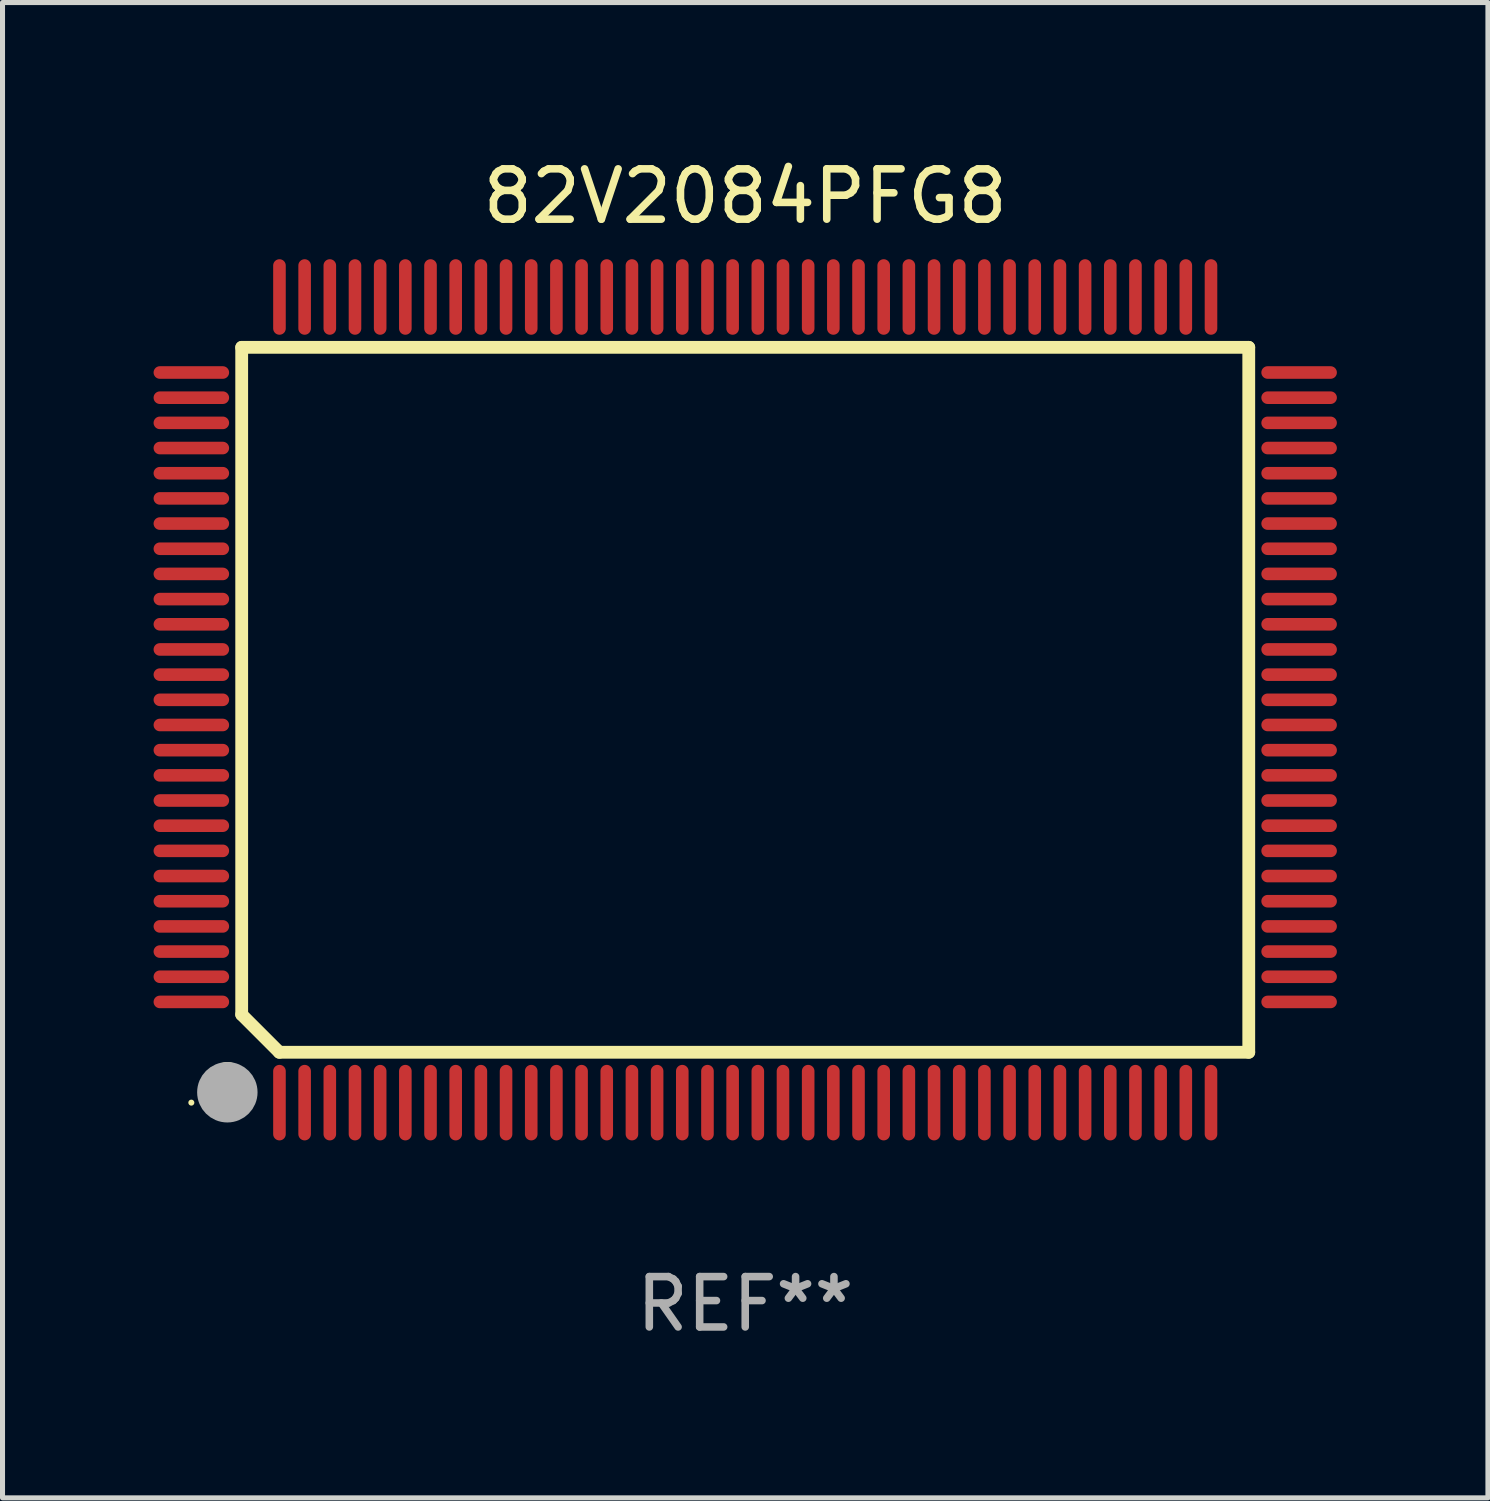
<source format=kicad_pcb>
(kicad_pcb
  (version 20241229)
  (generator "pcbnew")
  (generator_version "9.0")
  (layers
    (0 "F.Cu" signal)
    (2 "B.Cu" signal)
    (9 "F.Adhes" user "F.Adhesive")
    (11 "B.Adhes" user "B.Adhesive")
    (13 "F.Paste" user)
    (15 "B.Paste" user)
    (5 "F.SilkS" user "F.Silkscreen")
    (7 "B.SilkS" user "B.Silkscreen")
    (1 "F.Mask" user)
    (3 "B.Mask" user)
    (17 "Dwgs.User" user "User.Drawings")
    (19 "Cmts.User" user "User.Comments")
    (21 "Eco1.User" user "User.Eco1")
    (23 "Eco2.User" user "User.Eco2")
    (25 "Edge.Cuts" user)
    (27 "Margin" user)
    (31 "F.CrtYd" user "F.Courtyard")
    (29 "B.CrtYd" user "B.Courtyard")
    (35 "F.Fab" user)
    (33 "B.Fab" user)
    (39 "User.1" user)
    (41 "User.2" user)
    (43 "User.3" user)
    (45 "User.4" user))
  (footprint "82V2084PFG8"
    (layer "F.Cu")
    (at 11.75 10.848)
    (property "Reference" "82V2084PFG8" (at 0 -10 0) (layer "F.SilkS") (effects (font (size 1 1) (thickness 0.15))))
    (attr through_hole)
    (fp_line (start -10 -7) (end -10 6.25) (stroke (width 0.254) (type solid)) (layer "F.SilkS"))
    (fp_line (start -10 -7) (end 10 -7) (stroke (width 0.254) (type solid)) (layer "F.SilkS"))
    (fp_line (start -9.252 7) (end -10 6.252) (stroke (width 0.254) (type solid)) (layer "F.SilkS"))
    (fp_line (start 10 -7) (end 10 7) (stroke (width 0.254) (type solid)) (layer "F.SilkS"))
    (fp_line (start 10 7) (end -9.252 7) (stroke (width 0.254) (type solid)) (layer "F.SilkS"))
    (fp_arc (start -10.287021 7.493015) (mid -10.284481 7.493004) (end -10.281941 7.493015) (stroke (width 0.6) (type solid)) (layer "F.SilkS"))
    (fp_circle (center -11 8) (end -10.97 8) (stroke (width 0.06) (type solid)) (fill no) (layer "F.SilkS"))
    (fp_circle (center -10.285 7.794) (end -9.985 7.794) (stroke (width 0.6) (type solid)) (fill no) (layer "F.Fab"))
    (fp_text user "REF**" (at 0 12 0) (layer "F.Fab") (effects (font (size 1 1) (thickness 0.15))))
    (pad "1" smd oval (at -9.25 8) (size 0.25 1.5) (layers "F.Cu" "F.Mask" "F.Paste"))
    (pad "2" smd oval (at -8.75 8) (size 0.25 1.5) (layers "F.Cu" "F.Mask" "F.Paste"))
    (pad "3" smd oval (at -8.25 8) (size 0.25 1.5) (layers "F.Cu" "F.Mask" "F.Paste"))
    (pad "4" smd oval (at -7.75 8) (size 0.25 1.5) (layers "F.Cu" "F.Mask" "F.Paste"))
    (pad "5" smd oval (at -7.25 8) (size 0.25 1.5) (layers "F.Cu" "F.Mask" "F.Paste"))
    (pad "6" smd oval (at -6.75 8) (size 0.25 1.5) (layers "F.Cu" "F.Mask" "F.Paste"))
    (pad "7" smd oval (at -6.25 8) (size 0.25 1.5) (layers "F.Cu" "F.Mask" "F.Paste"))
    (pad "8" smd oval (at -5.75 8) (size 0.25 1.5) (layers "F.Cu" "F.Mask" "F.Paste"))
    (pad "9" smd oval (at -5.25 8) (size 0.25 1.5) (layers "F.Cu" "F.Mask" "F.Paste"))
    (pad "10" smd oval (at -4.75 8) (size 0.25 1.5) (layers "F.Cu" "F.Mask" "F.Paste"))
    (pad "11" smd oval (at -4.25 8) (size 0.25 1.5) (layers "F.Cu" "F.Mask" "F.Paste"))
    (pad "12" smd oval (at -3.75 8) (size 0.25 1.5) (layers "F.Cu" "F.Mask" "F.Paste"))
    (pad "13" smd oval (at -3.25 8) (size 0.25 1.5) (layers "F.Cu" "F.Mask" "F.Paste"))
    (pad "14" smd oval (at -2.75 8) (size 0.25 1.5) (layers "F.Cu" "F.Mask" "F.Paste"))
    (pad "15" smd oval (at -2.25 8) (size 0.25 1.5) (layers "F.Cu" "F.Mask" "F.Paste"))
    (pad "16" smd oval (at -1.75 8) (size 0.25 1.5) (layers "F.Cu" "F.Mask" "F.Paste"))
    (pad "17" smd oval (at -1.25 8) (size 0.25 1.5) (layers "F.Cu" "F.Mask" "F.Paste"))
    (pad "18" smd oval (at -0.75 8) (size 0.25 1.5) (layers "F.Cu" "F.Mask" "F.Paste"))
    (pad "19" smd oval (at -0.25 8) (size 0.25 1.5) (layers "F.Cu" "F.Mask" "F.Paste"))
    (pad "20" smd oval (at 0.25 8) (size 0.25 1.5) (layers "F.Cu" "F.Mask" "F.Paste"))
    (pad "21" smd oval (at 0.75 8) (size 0.25 1.5) (layers "F.Cu" "F.Mask" "F.Paste"))
    (pad "22" smd oval (at 1.25 8) (size 0.25 1.5) (layers "F.Cu" "F.Mask" "F.Paste"))
    (pad "23" smd oval (at 1.75 8) (size 0.25 1.5) (layers "F.Cu" "F.Mask" "F.Paste"))
    (pad "24" smd oval (at 2.25 8) (size 0.25 1.5) (layers "F.Cu" "F.Mask" "F.Paste"))
    (pad "25" smd oval (at 2.75 8) (size 0.25 1.5) (layers "F.Cu" "F.Mask" "F.Paste"))
    (pad "26" smd oval (at 3.25 8) (size 0.25 1.5) (layers "F.Cu" "F.Mask" "F.Paste"))
    (pad "27" smd oval (at 3.75 8) (size 0.25 1.5) (layers "F.Cu" "F.Mask" "F.Paste"))
    (pad "28" smd oval (at 4.25 8) (size 0.25 1.5) (layers "F.Cu" "F.Mask" "F.Paste"))
    (pad "29" smd oval (at 4.75 8) (size 0.25 1.5) (layers "F.Cu" "F.Mask" "F.Paste"))
    (pad "30" smd oval (at 5.25 8) (size 0.25 1.5) (layers "F.Cu" "F.Mask" "F.Paste"))
    (pad "31" smd oval (at 5.75 8) (size 0.25 1.5) (layers "F.Cu" "F.Mask" "F.Paste"))
    (pad "32" smd oval (at 6.25 8) (size 0.25 1.5) (layers "F.Cu" "F.Mask" "F.Paste"))
    (pad "33" smd oval (at 6.75 8 180) (size 0.25 1.5) (layers "F.Cu" "F.Mask" "F.Paste"))
    (pad "34" smd oval (at 7.25 8 180) (size 0.25 1.5) (layers "F.Cu" "F.Mask" "F.Paste"))
    (pad "35" smd oval (at 7.75 8 180) (size 0.25 1.5) (layers "F.Cu" "F.Mask" "F.Paste"))
    (pad "36" smd oval (at 8.25 8 180) (size 0.25 1.5) (layers "F.Cu" "F.Mask" "F.Paste"))
    (pad "37" smd oval (at 8.75 8 180) (size 0.25 1.5) (layers "F.Cu" "F.Mask" "F.Paste"))
    (pad "38" smd oval (at 9.25 8 180) (size 0.25 1.5) (layers "F.Cu" "F.Mask" "F.Paste"))
    (pad "39" smd oval (at 11 6 270) (size 0.25 1.5) (layers "F.Cu" "F.Mask" "F.Paste"))
    (pad "40" smd oval (at 11 5.5 270) (size 0.25 1.5) (layers "F.Cu" "F.Mask" "F.Paste"))
    (pad "41" smd oval (at 11 5 270) (size 0.25 1.5) (layers "F.Cu" "F.Mask" "F.Paste"))
    (pad "42" smd oval (at 11 4.5 270) (size 0.25 1.5) (layers "F.Cu" "F.Mask" "F.Paste"))
    (pad "43" smd oval (at 11 4 270) (size 0.25 1.5) (layers "F.Cu" "F.Mask" "F.Paste"))
    (pad "44" smd oval (at 11 3.5 270) (size 0.25 1.5) (layers "F.Cu" "F.Mask" "F.Paste"))
    (pad "45" smd oval (at 11 3 270) (size 0.25 1.5) (layers "F.Cu" "F.Mask" "F.Paste"))
    (pad "46" smd oval (at 11 2.5 270) (size 0.25 1.5) (layers "F.Cu" "F.Mask" "F.Paste"))
    (pad "47" smd oval (at 11 2 270) (size 0.25 1.5) (layers "F.Cu" "F.Mask" "F.Paste"))
    (pad "48" smd oval (at 11 1.5 270) (size 0.25 1.5) (layers "F.Cu" "F.Mask" "F.Paste"))
    (pad "49" smd oval (at 11 1 270) (size 0.25 1.5) (layers "F.Cu" "F.Mask" "F.Paste"))
    (pad "50" smd oval (at 11 0.5 270) (size 0.25 1.5) (layers "F.Cu" "F.Mask" "F.Paste"))
    (pad "51" smd oval (at 11 0 270) (size 0.25 1.5) (layers "F.Cu" "F.Mask" "F.Paste"))
    (pad "52" smd oval (at 11 -0.5 270) (size 0.25 1.5) (layers "F.Cu" "F.Mask" "F.Paste"))
    (pad "53" smd oval (at 11 -1 270) (size 0.25 1.5) (layers "F.Cu" "F.Mask" "F.Paste"))
    (pad "54" smd oval (at 11 -1.5 270) (size 0.25 1.5) (layers "F.Cu" "F.Mask" "F.Paste"))
    (pad "55" smd oval (at 11 -2 270) (size 0.25 1.5) (layers "F.Cu" "F.Mask" "F.Paste"))
    (pad "56" smd oval (at 11 -2.5 270) (size 0.25 1.5) (layers "F.Cu" "F.Mask" "F.Paste"))
    (pad "57" smd oval (at 11 -3 270) (size 0.25 1.5) (layers "F.Cu" "F.Mask" "F.Paste"))
    (pad "58" smd oval (at 11 -3.5 270) (size 0.25 1.5) (layers "F.Cu" "F.Mask" "F.Paste"))
    (pad "59" smd oval (at 11 -4 270) (size 0.25 1.5) (layers "F.Cu" "F.Mask" "F.Paste"))
    (pad "60" smd oval (at 11 -4.5 270) (size 0.25 1.5) (layers "F.Cu" "F.Mask" "F.Paste"))
    (pad "61" smd oval (at 11 -5 270) (size 0.25 1.5) (layers "F.Cu" "F.Mask" "F.Paste"))
    (pad "62" smd oval (at 11 -5.5 270) (size 0.25 1.5) (layers "F.Cu" "F.Mask" "F.Paste"))
    (pad "63" smd oval (at 11 -6 270) (size 0.25 1.5) (layers "F.Cu" "F.Mask" "F.Paste"))
    (pad "64" smd oval (at 11 -6.5 270) (size 0.25 1.5) (layers "F.Cu" "F.Mask" "F.Paste"))
    (pad "65" smd oval (at 9.25 -8 180) (size 0.25 1.5) (layers "F.Cu" "F.Mask" "F.Paste"))
    (pad "66" smd oval (at 8.75 -8 180) (size 0.25 1.5) (layers "F.Cu" "F.Mask" "F.Paste"))
    (pad "67" smd oval (at 8.25 -8 180) (size 0.25 1.5) (layers "F.Cu" "F.Mask" "F.Paste"))
    (pad "68" smd oval (at 7.75 -8 180) (size 0.25 1.5) (layers "F.Cu" "F.Mask" "F.Paste"))
    (pad "69" smd oval (at 7.25 -8 180) (size 0.25 1.5) (layers "F.Cu" "F.Mask" "F.Paste"))
    (pad "70" smd oval (at 6.75 -8 180) (size 0.25 1.5) (layers "F.Cu" "F.Mask" "F.Paste"))
    (pad "71" smd oval (at 6.25 -8 180) (size 0.25 1.5) (layers "F.Cu" "F.Mask" "F.Paste"))
    (pad "72" smd oval (at 5.75 -8 180) (size 0.25 1.5) (layers "F.Cu" "F.Mask" "F.Paste"))
    (pad "73" smd oval (at 5.25 -8 180) (size 0.25 1.5) (layers "F.Cu" "F.Mask" "F.Paste"))
    (pad "74" smd oval (at 4.75 -8 180) (size 0.25 1.5) (layers "F.Cu" "F.Mask" "F.Paste"))
    (pad "75" smd oval (at 4.25 -8 180) (size 0.25 1.5) (layers "F.Cu" "F.Mask" "F.Paste"))
    (pad "76" smd oval (at 3.75 -8 180) (size 0.25 1.5) (layers "F.Cu" "F.Mask" "F.Paste"))
    (pad "77" smd oval (at 3.25 -8 180) (size 0.25 1.5) (layers "F.Cu" "F.Mask" "F.Paste"))
    (pad "78" smd oval (at 2.75 -8 180) (size 0.25 1.5) (layers "F.Cu" "F.Mask" "F.Paste"))
    (pad "79" smd oval (at 2.25 -8 180) (size 0.25 1.5) (layers "F.Cu" "F.Mask" "F.Paste"))
    (pad "80" smd oval (at 1.75 -8 180) (size 0.25 1.5) (layers "F.Cu" "F.Mask" "F.Paste"))
    (pad "81" smd oval (at 1.25 -8 180) (size 0.25 1.5) (layers "F.Cu" "F.Mask" "F.Paste"))
    (pad "82" smd oval (at 0.75 -8 180) (size 0.25 1.5) (layers "F.Cu" "F.Mask" "F.Paste"))
    (pad "83" smd oval (at 0.25 -8 180) (size 0.25 1.5) (layers "F.Cu" "F.Mask" "F.Paste"))
    (pad "84" smd oval (at -0.25 -8 180) (size 0.25 1.5) (layers "F.Cu" "F.Mask" "F.Paste"))
    (pad "85" smd oval (at -0.75 -8 180) (size 0.25 1.5) (layers "F.Cu" "F.Mask" "F.Paste"))
    (pad "86" smd oval (at -1.25 -8 180) (size 0.25 1.5) (layers "F.Cu" "F.Mask" "F.Paste"))
    (pad "87" smd oval (at -1.75 -8 180) (size 0.25 1.5) (layers "F.Cu" "F.Mask" "F.Paste"))
    (pad "88" smd oval (at -2.25 -8 180) (size 0.25 1.5) (layers "F.Cu" "F.Mask" "F.Paste"))
    (pad "89" smd oval (at -2.75 -8 180) (size 0.25 1.5) (layers "F.Cu" "F.Mask" "F.Paste"))
    (pad "90" smd oval (at -3.25 -8 180) (size 0.25 1.5) (layers "F.Cu" "F.Mask" "F.Paste"))
    (pad "91" smd oval (at -3.75 -8 180) (size 0.25 1.5) (layers "F.Cu" "F.Mask" "F.Paste"))
    (pad "92" smd oval (at -4.25 -8 180) (size 0.25 1.5) (layers "F.Cu" "F.Mask" "F.Paste"))
    (pad "93" smd oval (at -4.75 -8 180) (size 0.25 1.5) (layers "F.Cu" "F.Mask" "F.Paste"))
    (pad "94" smd oval (at -5.25 -8 180) (size 0.25 1.5) (layers "F.Cu" "F.Mask" "F.Paste"))
    (pad "95" smd oval (at -5.75 -8 180) (size 0.25 1.5) (layers "F.Cu" "F.Mask" "F.Paste"))
    (pad "96" smd oval (at -6.25 -8 180) (size 0.25 1.5) (layers "F.Cu" "F.Mask" "F.Paste"))
    (pad "97" smd oval (at -6.75 -8 180) (size 0.25 1.5) (layers "F.Cu" "F.Mask" "F.Paste"))
    (pad "98" smd oval (at -7.25 -8 180) (size 0.25 1.5) (layers "F.Cu" "F.Mask" "F.Paste"))
    (pad "99" smd oval (at -7.75 -8 180) (size 0.25 1.5) (layers "F.Cu" "F.Mask" "F.Paste"))
    (pad "100" smd oval (at -8.25 -8 180) (size 0.25 1.5) (layers "F.Cu" "F.Mask" "F.Paste"))
    (pad "101" smd oval (at -8.75 -8 180) (size 0.25 1.5) (layers "F.Cu" "F.Mask" "F.Paste"))
    (pad "102" smd oval (at -9.25 -8) (size 0.25 1.5) (layers "F.Cu" "F.Mask" "F.Paste"))
    (pad "103" smd oval (at -11 -6.5 270) (size 0.25 1.5) (layers "F.Cu" "F.Mask" "F.Paste"))
    (pad "104" smd oval (at -11 -6 270) (size 0.25 1.5) (layers "F.Cu" "F.Mask" "F.Paste"))
    (pad "105" smd oval (at -11 -5.5 270) (size 0.25 1.5) (layers "F.Cu" "F.Mask" "F.Paste"))
    (pad "106" smd oval (at -11 -5 270) (size 0.25 1.5) (layers "F.Cu" "F.Mask" "F.Paste"))
    (pad "107" smd oval (at -11 -4.5 270) (size 0.25 1.5) (layers "F.Cu" "F.Mask" "F.Paste"))
    (pad "108" smd oval (at -11 -4 270) (size 0.25 1.5) (layers "F.Cu" "F.Mask" "F.Paste"))
    (pad "109" smd oval (at -11 -3.5 270) (size 0.25 1.5) (layers "F.Cu" "F.Mask" "F.Paste"))
    (pad "110" smd oval (at -11 -3 270) (size 0.25 1.5) (layers "F.Cu" "F.Mask" "F.Paste"))
    (pad "111" smd oval (at -11 -2.5 270) (size 0.25 1.5) (layers "F.Cu" "F.Mask" "F.Paste"))
    (pad "112" smd oval (at -11 -2 270) (size 0.25 1.5) (layers "F.Cu" "F.Mask" "F.Paste"))
    (pad "113" smd oval (at -11 -1.5 270) (size 0.25 1.5) (layers "F.Cu" "F.Mask" "F.Paste"))
    (pad "114" smd oval (at -11 -1 270) (size 0.25 1.5) (layers "F.Cu" "F.Mask" "F.Paste"))
    (pad "115" smd oval (at -11 -0.5 270) (size 0.25 1.5) (layers "F.Cu" "F.Mask" "F.Paste"))
    (pad "116" smd oval (at -11 0 270) (size 0.25 1.5) (layers "F.Cu" "F.Mask" "F.Paste"))
    (pad "117" smd oval (at -11 0.5 270) (size 0.25 1.5) (layers "F.Cu" "F.Mask" "F.Paste"))
    (pad "118" smd oval (at -11 1 270) (size 0.25 1.5) (layers "F.Cu" "F.Mask" "F.Paste"))
    (pad "119" smd oval (at -11 1.5 270) (size 0.25 1.5) (layers "F.Cu" "F.Mask" "F.Paste"))
    (pad "120" smd oval (at -11 2 270) (size 0.25 1.5) (layers "F.Cu" "F.Mask" "F.Paste"))
    (pad "121" smd oval (at -11 2.5 270) (size 0.25 1.5) (layers "F.Cu" "F.Mask" "F.Paste"))
    (pad "122" smd oval (at -11 3 270) (size 0.25 1.5) (layers "F.Cu" "F.Mask" "F.Paste"))
    (pad "123" smd oval (at -11 3.5 270) (size 0.25 1.5) (layers "F.Cu" "F.Mask" "F.Paste"))
    (pad "124" smd oval (at -11 4 270) (size 0.25 1.5) (layers "F.Cu" "F.Mask" "F.Paste"))
    (pad "125" smd oval (at -11 4.5 270) (size 0.25 1.5) (layers "F.Cu" "F.Mask" "F.Paste"))
    (pad "126" smd oval (at -11 5 270) (size 0.25 1.5) (layers "F.Cu" "F.Mask" "F.Paste"))
    (pad "127" smd oval (at -11 5.5 270) (size 0.25 1.5) (layers "F.Cu" "F.Mask" "F.Paste"))
    (pad "128" smd oval (at -11 6 270) (size 0.25 1.5) (layers "F.Cu" "F.Mask" "F.Paste")))
  (gr_rect
    (start -3 -3)
    (end 26.5 26.697)
    (stroke (width 0.1) (type default))
    (fill no)
    (layer "Edge.Cuts")))
</source>
